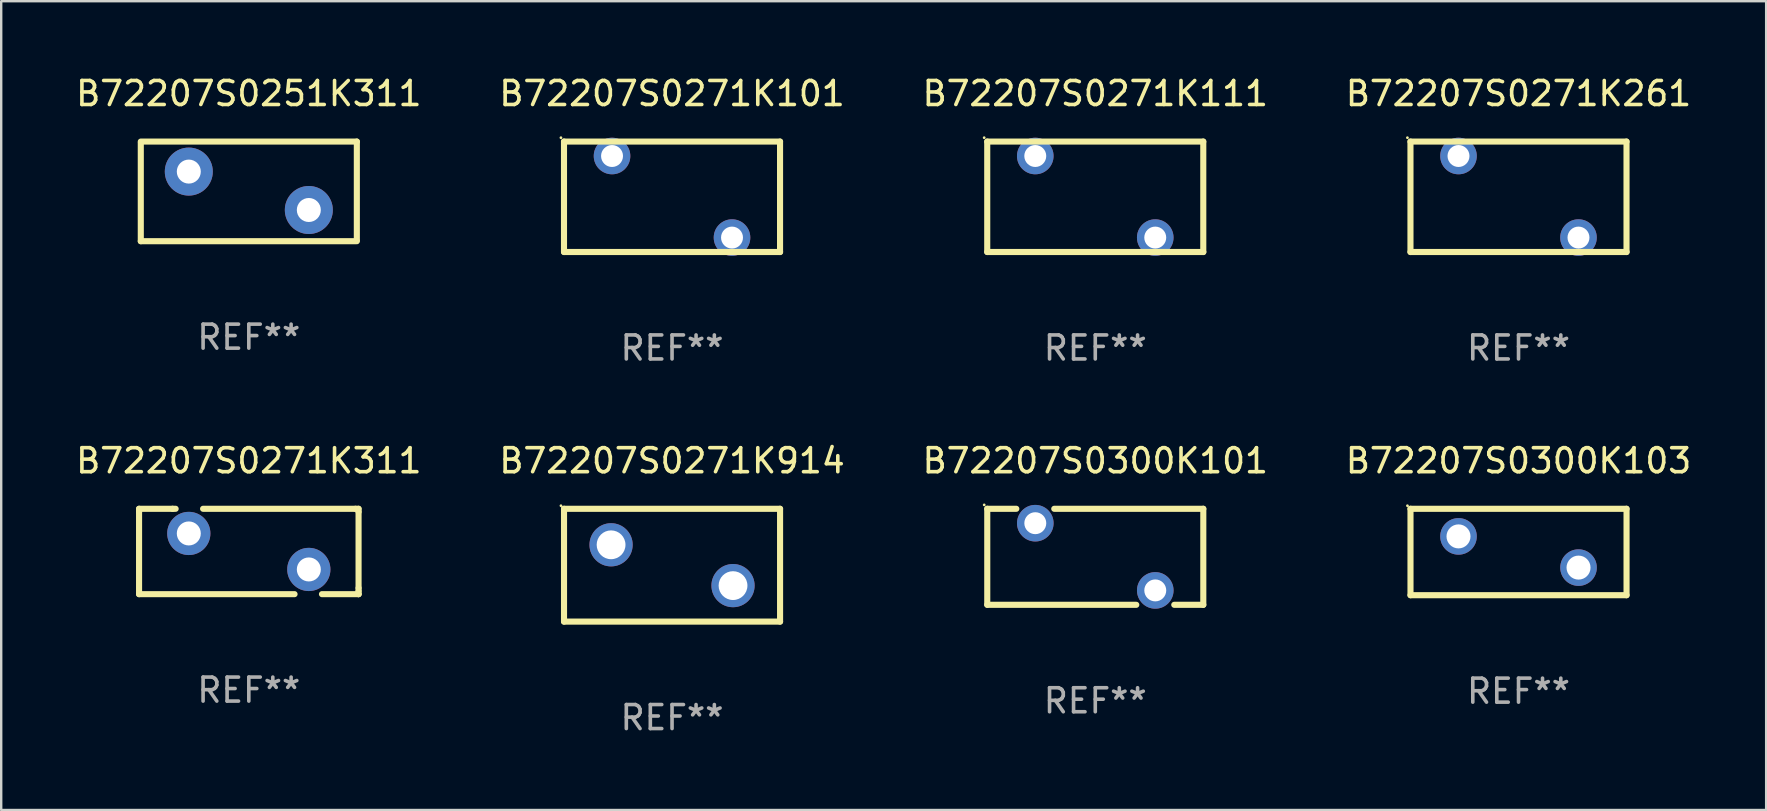
<source format=kicad_pcb>
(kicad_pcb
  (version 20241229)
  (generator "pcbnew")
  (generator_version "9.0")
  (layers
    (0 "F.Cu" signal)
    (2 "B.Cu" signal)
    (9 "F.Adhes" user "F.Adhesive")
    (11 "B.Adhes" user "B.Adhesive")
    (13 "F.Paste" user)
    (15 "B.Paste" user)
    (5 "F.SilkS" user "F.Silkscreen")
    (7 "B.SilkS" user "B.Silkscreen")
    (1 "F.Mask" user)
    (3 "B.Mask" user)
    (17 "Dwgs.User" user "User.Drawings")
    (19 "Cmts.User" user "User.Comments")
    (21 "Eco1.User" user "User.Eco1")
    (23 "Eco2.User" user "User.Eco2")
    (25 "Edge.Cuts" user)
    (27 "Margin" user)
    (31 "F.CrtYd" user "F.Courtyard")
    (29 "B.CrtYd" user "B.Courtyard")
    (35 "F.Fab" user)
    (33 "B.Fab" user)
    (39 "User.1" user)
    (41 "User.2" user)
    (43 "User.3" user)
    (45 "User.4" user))
  (footprint "B72207S0271K261"
    (layer "F.Cu")
    (at 60.208 5.148)
    (property "Reference" "B72207S0271K261" (at 0 -4.3 0) (layer "F.SilkS") (effects (font (size 1 1) (thickness 0.15))))
    (attr through_hole)
    (fp_line (start -4.501 -2.3) (end 4.499 -2.3) (stroke (width 0.254) (type solid)) (layer "F.SilkS"))
    (fp_line (start -4.501 2.3) (end -4.501 -2.3) (stroke (width 0.254) (type solid)) (layer "F.SilkS"))
    (fp_line (start 4.499 -2.3) (end 4.499 2.3) (stroke (width 0.254) (type solid)) (layer "F.SilkS"))
    (fp_line (start 4.501 2.3) (end -4.501 2.3) (stroke (width 0.254) (type solid)) (layer "F.SilkS"))
    (fp_circle (center -4.628 -2.461) (end -4.598 -2.461) (stroke (width 0.06) (type solid)) (fill no) (layer "F.SilkS"))
    (fp_text user "REF**" (at 0 6.3 0) (layer "F.Fab") (effects (font (size 1 1) (thickness 0.15))))
    (pad "1" thru_hole circle (at -2.5 -1.699) (size 1.524 1.524) (drill 0.914) (layers "*.Cu" "*.Mask"))
    (pad "2" thru_hole circle (at 2.498 1.699) (size 1.524 1.524) (drill 0.914) (layers "*.Cu" "*.Mask")))
  (footprint "B72207S0271K914"
    (layer "F.Cu")
    (at 24.946 20.495)
    (property "Reference" "B72207S0271K914" (at 0 -4.35 0) (layer "F.SilkS") (effects (font (size 1 1) (thickness 0.15))))
    (attr through_hole)
    (fp_line (start -4.5 -2.35) (end 4.5 -2.35) (stroke (width 0.254) (type solid)) (layer "F.SilkS"))
    (fp_line (start -4.5 2.35) (end -4.5 -2.35) (stroke (width 0.254) (type solid)) (layer "F.SilkS"))
    (fp_line (start 4.5 -2.35) (end 4.5 2.35) (stroke (width 0.254) (type solid)) (layer "F.SilkS"))
    (fp_line (start 4.5 2.35) (end -4.5 2.35) (stroke (width 0.254) (type solid)) (layer "F.SilkS"))
    (fp_circle (center -4.627 -2.477) (end -4.597 -2.477) (stroke (width 0.06) (type solid)) (fill no) (layer "F.SilkS"))
    (fp_text user "REF**" (at 0 6.35 0) (layer "F.Fab") (effects (font (size 1 1) (thickness 0.15))))
    (pad "1" thru_hole circle (at -2.54 -0.85) (size 1.8 1.8) (drill 1.2) (layers "*.Cu" "*.Mask"))
    (pad "2" thru_hole circle (at 2.54 0.85) (size 1.8 1.8) (drill 1.2) (layers "*.Cu" "*.Mask")))
  (footprint "B72207S0271K311"
    (layer "F.Cu")
    (at 7.315 19.923)
    (property "Reference" "B72207S0271K311" (at 0 -3.778 0) (layer "F.SilkS") (effects (font (size 1 1) (thickness 0.15))))
    (attr through_hole)
    (fp_line (start -4.572 -1.778) (end -3.175 -1.778) (stroke (width 0.254) (type solid)) (layer "F.SilkS"))
    (fp_line (start -4.572 -1.651) (end -4.572 -1.778) (stroke (width 0.254) (type solid)) (layer "F.SilkS"))
    (fp_line (start -4.572 1.778) (end -4.572 -1.651) (stroke (width 0.254) (type solid)) (layer "F.SilkS"))
    (fp_line (start -4.572 1.778) (end 1.905 1.778) (stroke (width 0.254) (type solid)) (layer "F.SilkS"))
    (fp_line (start -3.175 -1.778) (end -3.048 -1.778) (stroke (width 0.254) (type solid)) (layer "F.SilkS"))
    (fp_line (start 4.445 -1.778) (end -1.905 -1.778) (stroke (width 0.254) (type solid)) (layer "F.SilkS"))
    (fp_line (start 4.445 -1.778) (end 4.572 -1.778) (stroke (width 0.254) (type solid)) (layer "F.SilkS"))
    (fp_line (start 4.572 -1.778) (end 4.572 -1.651) (stroke (width 0.254) (type solid)) (layer "F.SilkS"))
    (fp_line (start 4.572 -1.651) (end 4.572 1.524) (stroke (width 0.254) (type solid)) (layer "F.SilkS"))
    (fp_line (start 4.572 1.524) (end 4.572 1.651) (stroke (width 0.254) (type solid)) (layer "F.SilkS"))
    (fp_line (start 4.572 1.651) (end 4.572 1.778) (stroke (width 0.254) (type solid)) (layer "F.SilkS"))
    (fp_line (start 4.572 1.778) (end 3.048 1.778) (stroke (width 0.254) (type solid)) (layer "F.SilkS"))
    (fp_line (start 4.572 1.778) (end 4.572 1.777) (stroke (width 0.254) (type solid)) (layer "F.SilkS"))
    (fp_circle (center -4.5 -1.701) (end -4.47 -1.701) (stroke (width 0.06) (type solid)) (fill no) (layer "F.SilkS"))
    (fp_text user "REF**" (at 0 5.778 0) (layer "F.Fab") (effects (font (size 1 1) (thickness 0.15))))
    (pad "1" thru_hole circle (at -2.5 -0.751) (size 1.8 1.8) (drill 1) (layers "*.Cu" "*.Mask"))
    (pad "2" thru_hole circle (at 2.5 0.749) (size 1.8 1.8) (drill 1) (layers "*.Cu" "*.Mask")))
  (footprint "B72207S0300K103"
    (layer "F.Cu")
    (at 60.208 19.945)
    (property "Reference" "B72207S0300K103" (at 0 -3.8 0) (layer "F.SilkS") (effects (font (size 1 1) (thickness 0.15))))
    (attr through_hole)
    (fp_line (start -4.5 -1.8) (end 4.5 -1.8) (stroke (width 0.254) (type solid)) (layer "F.SilkS"))
    (fp_line (start -4.5 1.8) (end -4.5 -1.8) (stroke (width 0.254) (type solid)) (layer "F.SilkS"))
    (fp_line (start 4.5 -1.8) (end 4.5 1.8) (stroke (width 0.254) (type solid)) (layer "F.SilkS"))
    (fp_line (start 4.5 1.8) (end -4.5 1.8) (stroke (width 0.254) (type solid)) (layer "F.SilkS"))
    (fp_circle (center -4.627 -1.927) (end -4.597 -1.927) (stroke (width 0.06) (type solid)) (fill no) (layer "F.SilkS"))
    (fp_text user "REF**" (at 0 5.8 0) (layer "F.Fab") (effects (font (size 1 1) (thickness 0.15))))
    (pad "1" thru_hole circle (at -2.5 -0.65) (size 1.524 1.524) (drill 1) (layers "*.Cu" "*.Mask"))
    (pad "2" thru_hole circle (at 2.5 0.65) (size 1.524 1.524) (drill 1) (layers "*.Cu" "*.Mask")))
  (footprint "B72207S0271K101"
    (layer "F.Cu")
    (at 24.946 5.148)
    (property "Reference" "B72207S0271K101" (at 0 -4.3 0) (layer "F.SilkS") (effects (font (size 1 1) (thickness 0.15))))
    (attr through_hole)
    (fp_line (start -4.501 -2.3) (end 4.499 -2.3) (stroke (width 0.254) (type solid)) (layer "F.SilkS"))
    (fp_line (start -4.501 2.3) (end -4.501 -2.3) (stroke (width 0.254) (type solid)) (layer "F.SilkS"))
    (fp_line (start 4.499 -2.3) (end 4.499 2.3) (stroke (width 0.254) (type solid)) (layer "F.SilkS"))
    (fp_line (start 4.501 2.3) (end -4.501 2.3) (stroke (width 0.254) (type solid)) (layer "F.SilkS"))
    (fp_circle (center -4.628 -2.461) (end -4.598 -2.461) (stroke (width 0.06) (type solid)) (fill no) (layer "F.SilkS"))
    (fp_text user "REF**" (at 0 6.3 0) (layer "F.Fab") (effects (font (size 1 1) (thickness 0.15))))
    (pad "1" thru_hole circle (at -2.5 -1.699) (size 1.524 1.524) (drill 0.914) (layers "*.Cu" "*.Mask"))
    (pad "2" thru_hole circle (at 2.498 1.699) (size 1.524 1.524) (drill 0.914) (layers "*.Cu" "*.Mask")))
  (footprint "B72207S0300K101"
    (layer "F.Cu")
    (at 42.577 20.145)
    (property "Reference" "B72207S0300K101" (at 0 -4 0) (layer "F.SilkS") (effects (font (size 1 1) (thickness 0.15))))
    (attr through_hole)
    (fp_line (start -4.5 -2) (end -3.29 -2) (stroke (width 0.254) (type solid)) (layer "F.SilkS"))
    (fp_line (start -4.5 1.998) (end -4.5 -2) (stroke (width 0.254) (type solid)) (layer "F.SilkS"))
    (fp_line (start -1.709 -2) (end 4.5 -2) (stroke (width 0.254) (type solid)) (layer "F.SilkS"))
    (fp_line (start 1.708 2) (end -4.5 2) (stroke (width 0.254) (type solid)) (layer "F.SilkS"))
    (fp_line (start 4.5 -2) (end 4.5 2) (stroke (width 0.254) (type solid)) (layer "F.SilkS"))
    (fp_line (start 4.5 2) (end 3.29 2) (stroke (width 0.254) (type solid)) (layer "F.SilkS"))
    (fp_circle (center -4.627 -2.162) (end -4.597 -2.162) (stroke (width 0.06) (type solid)) (fill no) (layer "F.SilkS"))
    (fp_text user "REF**" (at 0 6 0) (layer "F.Fab") (effects (font (size 1 1) (thickness 0.15))))
    (pad "1" thru_hole circle (at -2.499 -1.4) (size 1.524 1.524) (drill 0.914) (layers "*.Cu" "*.Mask"))
    (pad "2" thru_hole circle (at 2.499 1.4) (size 1.524 1.524) (drill 0.914) (layers "*.Cu" "*.Mask")))
  (footprint "B72207S0271K111"
    (layer "F.Cu")
    (at 42.577 5.148)
    (property "Reference" "B72207S0271K111" (at 0 -4.3 0) (layer "F.SilkS") (effects (font (size 1 1) (thickness 0.15))))
    (attr through_hole)
    (fp_line (start -4.501 -2.3) (end 4.499 -2.3) (stroke (width 0.254) (type solid)) (layer "F.SilkS"))
    (fp_line (start -4.501 2.3) (end -4.501 -2.3) (stroke (width 0.254) (type solid)) (layer "F.SilkS"))
    (fp_line (start 4.499 -2.3) (end 4.499 2.3) (stroke (width 0.254) (type solid)) (layer "F.SilkS"))
    (fp_line (start 4.501 2.3) (end -4.501 2.3) (stroke (width 0.254) (type solid)) (layer "F.SilkS"))
    (fp_circle (center -4.628 -2.461) (end -4.598 -2.461) (stroke (width 0.06) (type solid)) (fill no) (layer "F.SilkS"))
    (fp_text user "REF**" (at 0 6.3 0) (layer "F.Fab") (effects (font (size 1 1) (thickness 0.15))))
    (pad "1" thru_hole circle (at -2.5 -1.699) (size 1.524 1.524) (drill 0.914) (layers "*.Cu" "*.Mask"))
    (pad "2" thru_hole circle (at 2.498 1.699) (size 1.524 1.524) (drill 0.914) (layers "*.Cu" "*.Mask")))
  (footprint "B72207S0251K311"
    (layer "F.Cu")
    (at 7.315 4.923)
    (property "Reference" "B72207S0251K311" (at 0 -4.075 0) (layer "F.SilkS") (effects (font (size 1 1) (thickness 0.15))))
    (attr through_hole)
    (fp_line (start -4.5 -2.075) (end 4.5 -2.075) (stroke (width 0.254) (type solid)) (layer "F.SilkS"))
    (fp_line (start -4.5 2.075) (end -4.5 -2.025) (stroke (width 0.254) (type solid)) (layer "F.SilkS"))
    (fp_line (start 4.5 -2.075) (end 4.5 2.025) (stroke (width 0.254) (type solid)) (layer "F.SilkS"))
    (fp_line (start 4.5 2.075) (end -4.5 2.075) (stroke (width 0.254) (type solid)) (layer "F.SilkS"))
    (fp_circle (center -4.5 -2.075) (end -4.47 -2.075) (stroke (width 0.06) (type solid)) (fill no) (layer "F.SilkS"))
    (fp_text user "REF**" (at 0 6.075 0) (layer "F.Fab") (effects (font (size 1 1) (thickness 0.15))))
    (pad "1" thru_hole circle (at -2.5 -0.825) (size 2 2) (drill 1) (layers "*.Cu" "*.Mask"))
    (pad "2" thru_hole circle (at 2.5 0.775) (size 2 2) (drill 1) (layers "*.Cu" "*.Mask")))
  (gr_rect
    (start -3 -3)
    (end 70.524 30.693)
    (stroke (width 0.1) (type default))
    (fill no)
    (layer "Edge.Cuts")))
</source>
